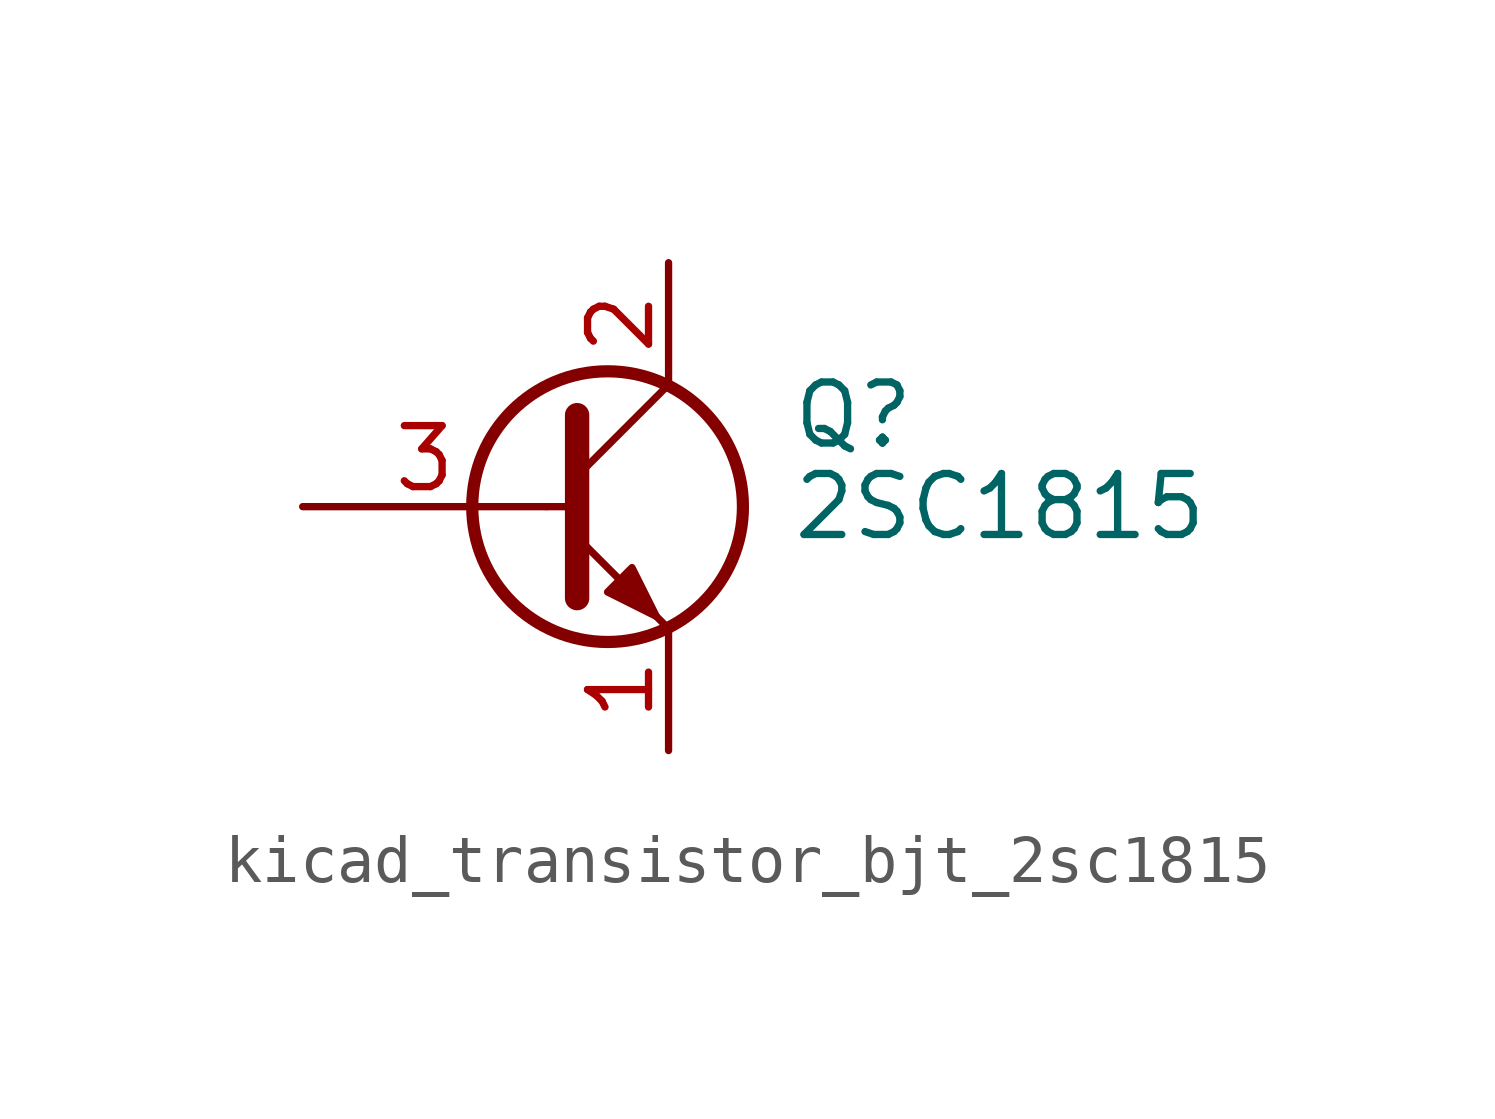
<source format=kicad_sym>
(kicad_symbol_lib
  (version 20220914)
  (generator kicad_symbol_editor)
  (symbol "kicad_transistor_bjt_2sc1815"
    (pin_names
      (offset 0) hide)
    (property "Reference" "Q"
      (at 5.08 1.905 0)
      (effects (font (size 1.27 1.27)) (justify left)))
    (property "Value" "2SC1815"
      (at 5.08 0 0)
      (effects (font (size 1.27 1.27)) (justify left)))
    (symbol "kicad_transistor_bjt_2sc1815_0_1"
      (polyline (pts (xy 0 0) (xy 0.508 0)) (stroke (width 0) (type default)) (fill (type none)))
      (polyline (pts (xy 0.635 0.635) (xy 2.54 2.54)) (stroke (width 0) (type default)) (fill (type none)))
      (polyline (pts (xy 0.635 -0.635) (xy 2.54 -2.54) (xy 2.54 -2.54)) (stroke (width 0) (type default)) (fill (type none)))
      (polyline (pts (xy 0.635 1.905) (xy 0.635 -1.905) (xy 0.635 -1.905)) (stroke (width 0.508) (type default)) (fill (type none)))
      (polyline (pts (xy 1.27 -1.778) (xy 1.778 -1.27) (xy 2.286 -2.286) (xy 1.27 -1.778) (xy 1.27 -1.778)) (stroke (width 0) (type default)) (fill (type outline)))
      (circle (center 1.27 0) (radius 2.819) (stroke (width 0.254) (type default)) (fill (type none))))
    (symbol "kicad_transistor_bjt_2sc1815_1_1"
      (pin passive line (at 2.54 -5.08 90) (length 2.54) (name "E" (effects (font (size 1.27 1.27)))) (number "1" (effects (font (size 1.27 1.27)))))
      (pin passive line (at 2.54 5.08 270) (length 2.54) (name "C" (effects (font (size 1.27 1.27)))) (number "2" (effects (font (size 1.27 1.27)))))
      (pin input line (at -5.08 0 0) (length 5.08) (name "B" (effects (font (size 1.27 1.27)))) (number "3" (effects (font (size 1.27 1.27))))))))
</source>
